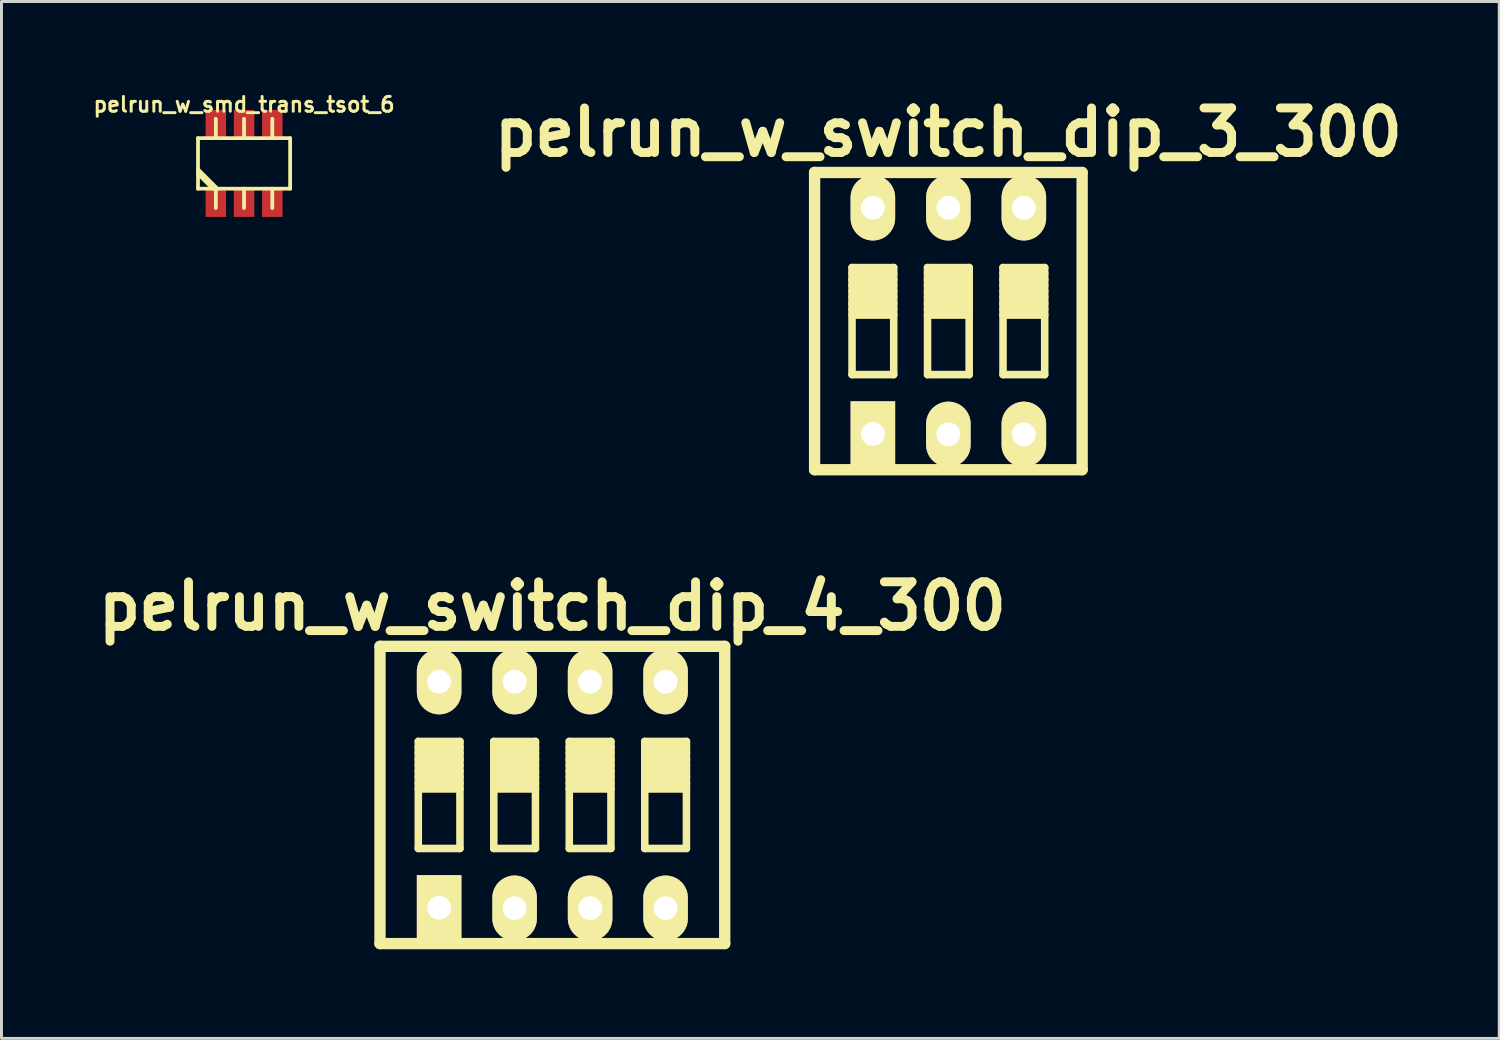
<source format=kicad_pcb>
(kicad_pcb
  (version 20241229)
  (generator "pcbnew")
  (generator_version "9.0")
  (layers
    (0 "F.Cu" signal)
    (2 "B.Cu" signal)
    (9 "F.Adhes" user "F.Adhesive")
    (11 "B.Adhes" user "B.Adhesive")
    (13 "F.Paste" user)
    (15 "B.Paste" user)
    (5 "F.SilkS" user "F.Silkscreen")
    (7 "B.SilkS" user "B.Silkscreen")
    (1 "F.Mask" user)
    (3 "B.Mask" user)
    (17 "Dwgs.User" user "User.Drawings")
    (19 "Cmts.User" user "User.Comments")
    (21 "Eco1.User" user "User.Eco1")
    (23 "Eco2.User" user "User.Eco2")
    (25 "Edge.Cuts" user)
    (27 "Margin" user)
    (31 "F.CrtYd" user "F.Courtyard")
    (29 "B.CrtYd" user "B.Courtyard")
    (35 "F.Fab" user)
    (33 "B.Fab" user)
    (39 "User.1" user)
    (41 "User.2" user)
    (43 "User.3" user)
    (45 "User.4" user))
  (footprint "pelrun_w_switch_dip_3_300"
    (layer "F.Cu")
    (at 28.859 7.753)
    (property "Reference" "pelrun_w_switch_dip_3_300" (at 0 -6.35 0) (layer "F.SilkS") (effects (font (size 1.499 1.499) (thickness 0.3))))
    (attr through_hole)
    (fp_line (start -4.501 -5.001) (end 4.501 -5.001) (stroke (width 0.381) (type solid)) (layer "F.SilkS"))
    (fp_line (start -4.501 5.001) (end -4.501 -5.001) (stroke (width 0.381) (type solid)) (layer "F.SilkS"))
    (fp_line (start -3.241 -1.801) (end -3.241 1.801) (stroke (width 0.254) (type solid)) (layer "F.SilkS"))
    (fp_line (start -3.241 -1.6) (end -1.839 -1.6) (stroke (width 0.254) (type solid)) (layer "F.SilkS"))
    (fp_line (start -3.241 -1.4) (end -1.839 -1.4) (stroke (width 0.254) (type solid)) (layer "F.SilkS"))
    (fp_line (start -3.241 -1.201) (end -1.839 -1.201) (stroke (width 0.254) (type solid)) (layer "F.SilkS"))
    (fp_line (start -3.241 -1.001) (end -1.839 -1.001) (stroke (width 0.254) (type solid)) (layer "F.SilkS"))
    (fp_line (start -3.241 -0.8) (end -1.839 -0.8) (stroke (width 0.254) (type solid)) (layer "F.SilkS"))
    (fp_line (start -3.241 -0.599) (end -1.839 -0.599) (stroke (width 0.254) (type solid)) (layer "F.SilkS"))
    (fp_line (start -3.241 -0.401) (end -1.839 -0.401) (stroke (width 0.254) (type solid)) (layer "F.SilkS"))
    (fp_line (start -3.241 -0.201) (end -1.839 -0.201) (stroke (width 0.254) (type solid)) (layer "F.SilkS"))
    (fp_line (start -3.241 1.801) (end -1.839 1.801) (stroke (width 0.254) (type solid)) (layer "F.SilkS"))
    (fp_line (start -1.839 -1.801) (end -3.241 -1.801) (stroke (width 0.254) (type solid)) (layer "F.SilkS"))
    (fp_line (start -1.839 1.801) (end -1.839 -1.801) (stroke (width 0.254) (type solid)) (layer "F.SilkS"))
    (fp_line (start -0.701 -1.801) (end -0.701 1.801) (stroke (width 0.254) (type solid)) (layer "F.SilkS"))
    (fp_line (start -0.701 -1.6) (end 0.701 -1.6) (stroke (width 0.254) (type solid)) (layer "F.SilkS"))
    (fp_line (start -0.701 -1.4) (end 0.701 -1.4) (stroke (width 0.254) (type solid)) (layer "F.SilkS"))
    (fp_line (start -0.701 -1.201) (end 0.701 -1.201) (stroke (width 0.254) (type solid)) (layer "F.SilkS"))
    (fp_line (start -0.701 -1.001) (end 0.701 -1.001) (stroke (width 0.254) (type solid)) (layer "F.SilkS"))
    (fp_line (start -0.701 -0.8) (end 0.701 -0.8) (stroke (width 0.254) (type solid)) (layer "F.SilkS"))
    (fp_line (start -0.701 -0.599) (end 0.701 -0.599) (stroke (width 0.254) (type solid)) (layer "F.SilkS"))
    (fp_line (start -0.701 -0.401) (end 0.701 -0.401) (stroke (width 0.254) (type solid)) (layer "F.SilkS"))
    (fp_line (start -0.701 -0.201) (end 0.701 -0.201) (stroke (width 0.254) (type solid)) (layer "F.SilkS"))
    (fp_line (start -0.701 1.801) (end 0.701 1.801) (stroke (width 0.254) (type solid)) (layer "F.SilkS"))
    (fp_line (start 0.701 -1.801) (end -0.701 -1.801) (stroke (width 0.254) (type solid)) (layer "F.SilkS"))
    (fp_line (start 0.701 1.801) (end 0.701 -1.801) (stroke (width 0.254) (type solid)) (layer "F.SilkS"))
    (fp_line (start 1.839 -1.801) (end 1.839 1.801) (stroke (width 0.254) (type solid)) (layer "F.SilkS"))
    (fp_line (start 1.839 -1.6) (end 3.241 -1.6) (stroke (width 0.254) (type solid)) (layer "F.SilkS"))
    (fp_line (start 1.839 -1.4) (end 3.241 -1.4) (stroke (width 0.254) (type solid)) (layer "F.SilkS"))
    (fp_line (start 1.839 -1.201) (end 3.241 -1.201) (stroke (width 0.254) (type solid)) (layer "F.SilkS"))
    (fp_line (start 1.839 -1.001) (end 3.241 -1.001) (stroke (width 0.254) (type solid)) (layer "F.SilkS"))
    (fp_line (start 1.839 -0.8) (end 3.241 -0.8) (stroke (width 0.254) (type solid)) (layer "F.SilkS"))
    (fp_line (start 1.839 -0.599) (end 3.241 -0.599) (stroke (width 0.254) (type solid)) (layer "F.SilkS"))
    (fp_line (start 1.839 -0.401) (end 3.241 -0.401) (stroke (width 0.254) (type solid)) (layer "F.SilkS"))
    (fp_line (start 1.839 -0.201) (end 3.241 -0.201) (stroke (width 0.254) (type solid)) (layer "F.SilkS"))
    (fp_line (start 1.839 1.801) (end 3.241 1.801) (stroke (width 0.254) (type solid)) (layer "F.SilkS"))
    (fp_line (start 3.241 -1.801) (end 1.839 -1.801) (stroke (width 0.254) (type solid)) (layer "F.SilkS"))
    (fp_line (start 3.241 1.801) (end 3.241 -1.801) (stroke (width 0.254) (type solid)) (layer "F.SilkS"))
    (fp_line (start 4.501 -4.999) (end 4.501 5.001) (stroke (width 0.381) (type solid)) (layer "F.SilkS"))
    (fp_line (start 4.501 5.001) (end -4.501 5.001) (stroke (width 0.381) (type solid)) (layer "F.SilkS"))
    (pad "1" thru_hole rect (at -2.54 3.797) (size 1.499 2.197) (drill 0.8) (layers "*.Cu" "*.Mask" "F.SilkS"))
    (pad "2" thru_hole oval (at 0 3.81) (size 1.499 2.197) (drill 0.8) (layers "*.Cu" "*.Mask" "F.SilkS"))
    (pad "3" thru_hole oval (at 2.54 3.81) (size 1.499 2.197) (drill 0.8) (layers "*.Cu" "*.Mask" "F.SilkS"))
    (pad "4" thru_hole oval (at 2.54 -3.81) (size 1.499 2.197) (drill 0.8) (layers "*.Cu" "*.Mask" "F.SilkS"))
    (pad "5" thru_hole oval (at 0 -3.81) (size 1.499 2.197) (drill 0.8) (layers "*.Cu" "*.Mask" "F.SilkS"))
    (pad "6" thru_hole oval (at -2.54 -3.81) (size 1.499 2.197) (drill 0.8) (layers "*.Cu" "*.Mask" "F.SilkS")))
  (footprint "pelrun_w_smd_trans_tsot_6"
    (layer "F.Cu")
    (at 5.162 2.448)
    (property "Reference" "pelrun_w_smd_trans_tsot_6" (at 0 -1.981 0) (layer "F.SilkS") (effects (font (size 0.5 0.5) (thickness 0.099))))
    (attr through_hole)
    (fp_line (start -1.55 -0.85) (end 1.55 -0.85) (stroke (width 0.127) (type solid)) (layer "F.SilkS"))
    (fp_line (start -1.55 0.85) (end -1.55 -0.85) (stroke (width 0.127) (type solid)) (layer "F.SilkS"))
    (fp_line (start -1.05 0.85) (end -1.55 0.35) (stroke (width 0.127) (type solid)) (layer "F.SilkS"))
    (fp_line (start -0.95 -0.85) (end -0.95 -1.5) (stroke (width 0.127) (type solid)) (layer "F.SilkS"))
    (fp_line (start -0.95 0.85) (end -0.95 1.5) (stroke (width 0.127) (type solid)) (layer "F.SilkS"))
    (fp_line (start -0.9 0.85) (end -1.55 0.2) (stroke (width 0.127) (type solid)) (layer "F.SilkS"))
    (fp_line (start 0 -0.85) (end 0 -1.5) (stroke (width 0.127) (type solid)) (layer "F.SilkS"))
    (fp_line (start 0 0.85) (end 0 1.5) (stroke (width 0.127) (type solid)) (layer "F.SilkS"))
    (fp_line (start 0.95 -0.85) (end 0.95 -1.5) (stroke (width 0.127) (type solid)) (layer "F.SilkS"))
    (fp_line (start 0.95 0.85) (end 0.95 1.5) (stroke (width 0.127) (type solid)) (layer "F.SilkS"))
    (fp_line (start 1.55 -0.85) (end 1.55 0.85) (stroke (width 0.127) (type solid)) (layer "F.SilkS"))
    (fp_line (start 1.55 0.85) (end -1.55 0.85) (stroke (width 0.127) (type solid)) (layer "F.SilkS"))
    (pad "1" smd rect (at -0.95 1.3) (size 0.69 1) (layers "F.Cu" "F.Mask" "F.Paste"))
    (pad "2" smd rect (at 0 1.3) (size 0.69 1) (layers "F.Cu" "F.Mask" "F.Paste"))
    (pad "3" smd rect (at 0.95 1.3) (size 0.69 1) (layers "F.Cu" "F.Mask" "F.Paste"))
    (pad "4" smd rect (at 0.95 -1.3) (size 0.69 1) (layers "F.Cu" "F.Mask" "F.Paste"))
    (pad "5" smd rect (at 0 -1.3) (size 0.69 1) (layers "F.Cu" "F.Mask" "F.Paste"))
    (pad "6" smd rect (at -0.95 -1.3) (size 0.69 1) (layers "F.Cu" "F.Mask" "F.Paste")))
  (footprint "pelrun_w_switch_dip_4_300"
    (layer "F.Cu")
    (at 15.535 23.697)
    (property "Reference" "pelrun_w_switch_dip_4_300" (at 0 -6.35 0) (layer "F.SilkS") (effects (font (size 1.499 1.499) (thickness 0.3))))
    (attr through_hole)
    (fp_line (start -5.799 -5.001) (end 5.799 -5.001) (stroke (width 0.381) (type solid)) (layer "F.SilkS"))
    (fp_line (start -5.799 5.001) (end -5.799 -5.001) (stroke (width 0.381) (type solid)) (layer "F.SilkS"))
    (fp_line (start -4.511 -1.801) (end -4.511 1.801) (stroke (width 0.254) (type solid)) (layer "F.SilkS"))
    (fp_line (start -4.511 -1.6) (end -3.109 -1.6) (stroke (width 0.254) (type solid)) (layer "F.SilkS"))
    (fp_line (start -4.511 -1.4) (end -3.109 -1.4) (stroke (width 0.254) (type solid)) (layer "F.SilkS"))
    (fp_line (start -4.511 -1.201) (end -3.109 -1.201) (stroke (width 0.254) (type solid)) (layer "F.SilkS"))
    (fp_line (start -4.511 -1.001) (end -3.109 -1.001) (stroke (width 0.254) (type solid)) (layer "F.SilkS"))
    (fp_line (start -4.511 -0.8) (end -3.109 -0.8) (stroke (width 0.254) (type solid)) (layer "F.SilkS"))
    (fp_line (start -4.511 -0.599) (end -3.109 -0.599) (stroke (width 0.254) (type solid)) (layer "F.SilkS"))
    (fp_line (start -4.511 -0.401) (end -3.109 -0.401) (stroke (width 0.254) (type solid)) (layer "F.SilkS"))
    (fp_line (start -4.511 -0.201) (end -3.109 -0.201) (stroke (width 0.254) (type solid)) (layer "F.SilkS"))
    (fp_line (start -4.511 1.801) (end -3.109 1.801) (stroke (width 0.254) (type solid)) (layer "F.SilkS"))
    (fp_line (start -3.109 -1.801) (end -4.511 -1.801) (stroke (width 0.254) (type solid)) (layer "F.SilkS"))
    (fp_line (start -3.109 1.801) (end -3.109 -1.801) (stroke (width 0.254) (type solid)) (layer "F.SilkS"))
    (fp_line (start -1.971 -1.801) (end -1.971 1.801) (stroke (width 0.254) (type solid)) (layer "F.SilkS"))
    (fp_line (start -1.971 -1.6) (end -0.569 -1.6) (stroke (width 0.254) (type solid)) (layer "F.SilkS"))
    (fp_line (start -1.971 -1.4) (end -0.569 -1.4) (stroke (width 0.254) (type solid)) (layer "F.SilkS"))
    (fp_line (start -1.971 -1.201) (end -0.569 -1.201) (stroke (width 0.254) (type solid)) (layer "F.SilkS"))
    (fp_line (start -1.971 -1.001) (end -0.569 -1.001) (stroke (width 0.254) (type solid)) (layer "F.SilkS"))
    (fp_line (start -1.971 -0.8) (end -0.569 -0.8) (stroke (width 0.254) (type solid)) (layer "F.SilkS"))
    (fp_line (start -1.971 -0.599) (end -0.569 -0.599) (stroke (width 0.254) (type solid)) (layer "F.SilkS"))
    (fp_line (start -1.971 -0.401) (end -0.569 -0.401) (stroke (width 0.254) (type solid)) (layer "F.SilkS"))
    (fp_line (start -1.971 -0.201) (end -0.569 -0.201) (stroke (width 0.254) (type solid)) (layer "F.SilkS"))
    (fp_line (start -1.971 1.801) (end -0.569 1.801) (stroke (width 0.254) (type solid)) (layer "F.SilkS"))
    (fp_line (start -0.569 -1.801) (end -1.971 -1.801) (stroke (width 0.254) (type solid)) (layer "F.SilkS"))
    (fp_line (start -0.569 1.801) (end -0.569 -1.801) (stroke (width 0.254) (type solid)) (layer "F.SilkS"))
    (fp_line (start 0.569 -1.801) (end 0.569 1.801) (stroke (width 0.254) (type solid)) (layer "F.SilkS"))
    (fp_line (start 0.569 -1.6) (end 1.971 -1.6) (stroke (width 0.254) (type solid)) (layer "F.SilkS"))
    (fp_line (start 0.569 -1.4) (end 1.971 -1.4) (stroke (width 0.254) (type solid)) (layer "F.SilkS"))
    (fp_line (start 0.569 -1.201) (end 1.971 -1.201) (stroke (width 0.254) (type solid)) (layer "F.SilkS"))
    (fp_line (start 0.569 -1.001) (end 1.971 -1.001) (stroke (width 0.254) (type solid)) (layer "F.SilkS"))
    (fp_line (start 0.569 -0.8) (end 1.971 -0.8) (stroke (width 0.254) (type solid)) (layer "F.SilkS"))
    (fp_line (start 0.569 -0.599) (end 1.971 -0.599) (stroke (width 0.254) (type solid)) (layer "F.SilkS"))
    (fp_line (start 0.569 -0.401) (end 1.971 -0.401) (stroke (width 0.254) (type solid)) (layer "F.SilkS"))
    (fp_line (start 0.569 -0.201) (end 1.971 -0.201) (stroke (width 0.254) (type solid)) (layer "F.SilkS"))
    (fp_line (start 0.569 1.801) (end 1.971 1.801) (stroke (width 0.254) (type solid)) (layer "F.SilkS"))
    (fp_line (start 1.971 -1.801) (end 0.569 -1.801) (stroke (width 0.254) (type solid)) (layer "F.SilkS"))
    (fp_line (start 1.971 1.801) (end 1.971 -1.801) (stroke (width 0.254) (type solid)) (layer "F.SilkS"))
    (fp_line (start 3.109 -1.801) (end 3.109 1.801) (stroke (width 0.254) (type solid)) (layer "F.SilkS"))
    (fp_line (start 3.109 -1.6) (end 4.511 -1.6) (stroke (width 0.254) (type solid)) (layer "F.SilkS"))
    (fp_line (start 3.109 -1.4) (end 4.511 -1.4) (stroke (width 0.254) (type solid)) (layer "F.SilkS"))
    (fp_line (start 3.109 -1.201) (end 4.511 -1.201) (stroke (width 0.254) (type solid)) (layer "F.SilkS"))
    (fp_line (start 3.109 -1.001) (end 4.511 -1.001) (stroke (width 0.254) (type solid)) (layer "F.SilkS"))
    (fp_line (start 3.109 -0.8) (end 4.511 -0.8) (stroke (width 0.254) (type solid)) (layer "F.SilkS"))
    (fp_line (start 3.109 -0.599) (end 4.511 -0.599) (stroke (width 0.254) (type solid)) (layer "F.SilkS"))
    (fp_line (start 3.109 -0.401) (end 4.511 -0.401) (stroke (width 0.254) (type solid)) (layer "F.SilkS"))
    (fp_line (start 3.109 -0.201) (end 4.511 -0.201) (stroke (width 0.254) (type solid)) (layer "F.SilkS"))
    (fp_line (start 3.109 1.801) (end 4.511 1.801) (stroke (width 0.254) (type solid)) (layer "F.SilkS"))
    (fp_line (start 4.511 -1.801) (end 3.109 -1.801) (stroke (width 0.254) (type solid)) (layer "F.SilkS"))
    (fp_line (start 4.511 1.801) (end 4.511 -1.801) (stroke (width 0.254) (type solid)) (layer "F.SilkS"))
    (fp_line (start 5.799 -4.999) (end 5.799 5.001) (stroke (width 0.381) (type solid)) (layer "F.SilkS"))
    (fp_line (start 5.799 5.001) (end -5.799 5.001) (stroke (width 0.381) (type solid)) (layer "F.SilkS"))
    (pad "1" thru_hole rect (at -3.81 3.797) (size 1.499 2.197) (drill 0.8) (layers "*.Cu" "*.Mask" "F.SilkS"))
    (pad "2" thru_hole oval (at -1.27 3.81) (size 1.499 2.197) (drill 0.8) (layers "*.Cu" "*.Mask" "F.SilkS"))
    (pad "3" thru_hole oval (at 1.27 3.81) (size 1.499 2.197) (drill 0.8) (layers "*.Cu" "*.Mask" "F.SilkS"))
    (pad "4" thru_hole oval (at 3.81 3.81) (size 1.499 2.197) (drill 0.8) (layers "*.Cu" "*.Mask" "F.SilkS"))
    (pad "5" thru_hole oval (at 3.81 -3.81) (size 1.499 2.197) (drill 0.8) (layers "*.Cu" "*.Mask" "F.SilkS"))
    (pad "6" thru_hole oval (at 1.27 -3.81) (size 1.499 2.197) (drill 0.8) (layers "*.Cu" "*.Mask" "F.SilkS"))
    (pad "7" thru_hole oval (at -1.27 -3.81) (size 1.499 2.197) (drill 0.8) (layers "*.Cu" "*.Mask" "F.SilkS"))
    (pad "8" thru_hole oval (at -3.81 -3.81) (size 1.499 2.197) (drill 0.8) (layers "*.Cu" "*.Mask" "F.SilkS")))
  (gr_rect
    (start -3 -3)
    (end 47.395 31.889)
    (stroke (width 0.1) (type default))
    (fill no)
    (layer "Edge.Cuts")))
</source>
